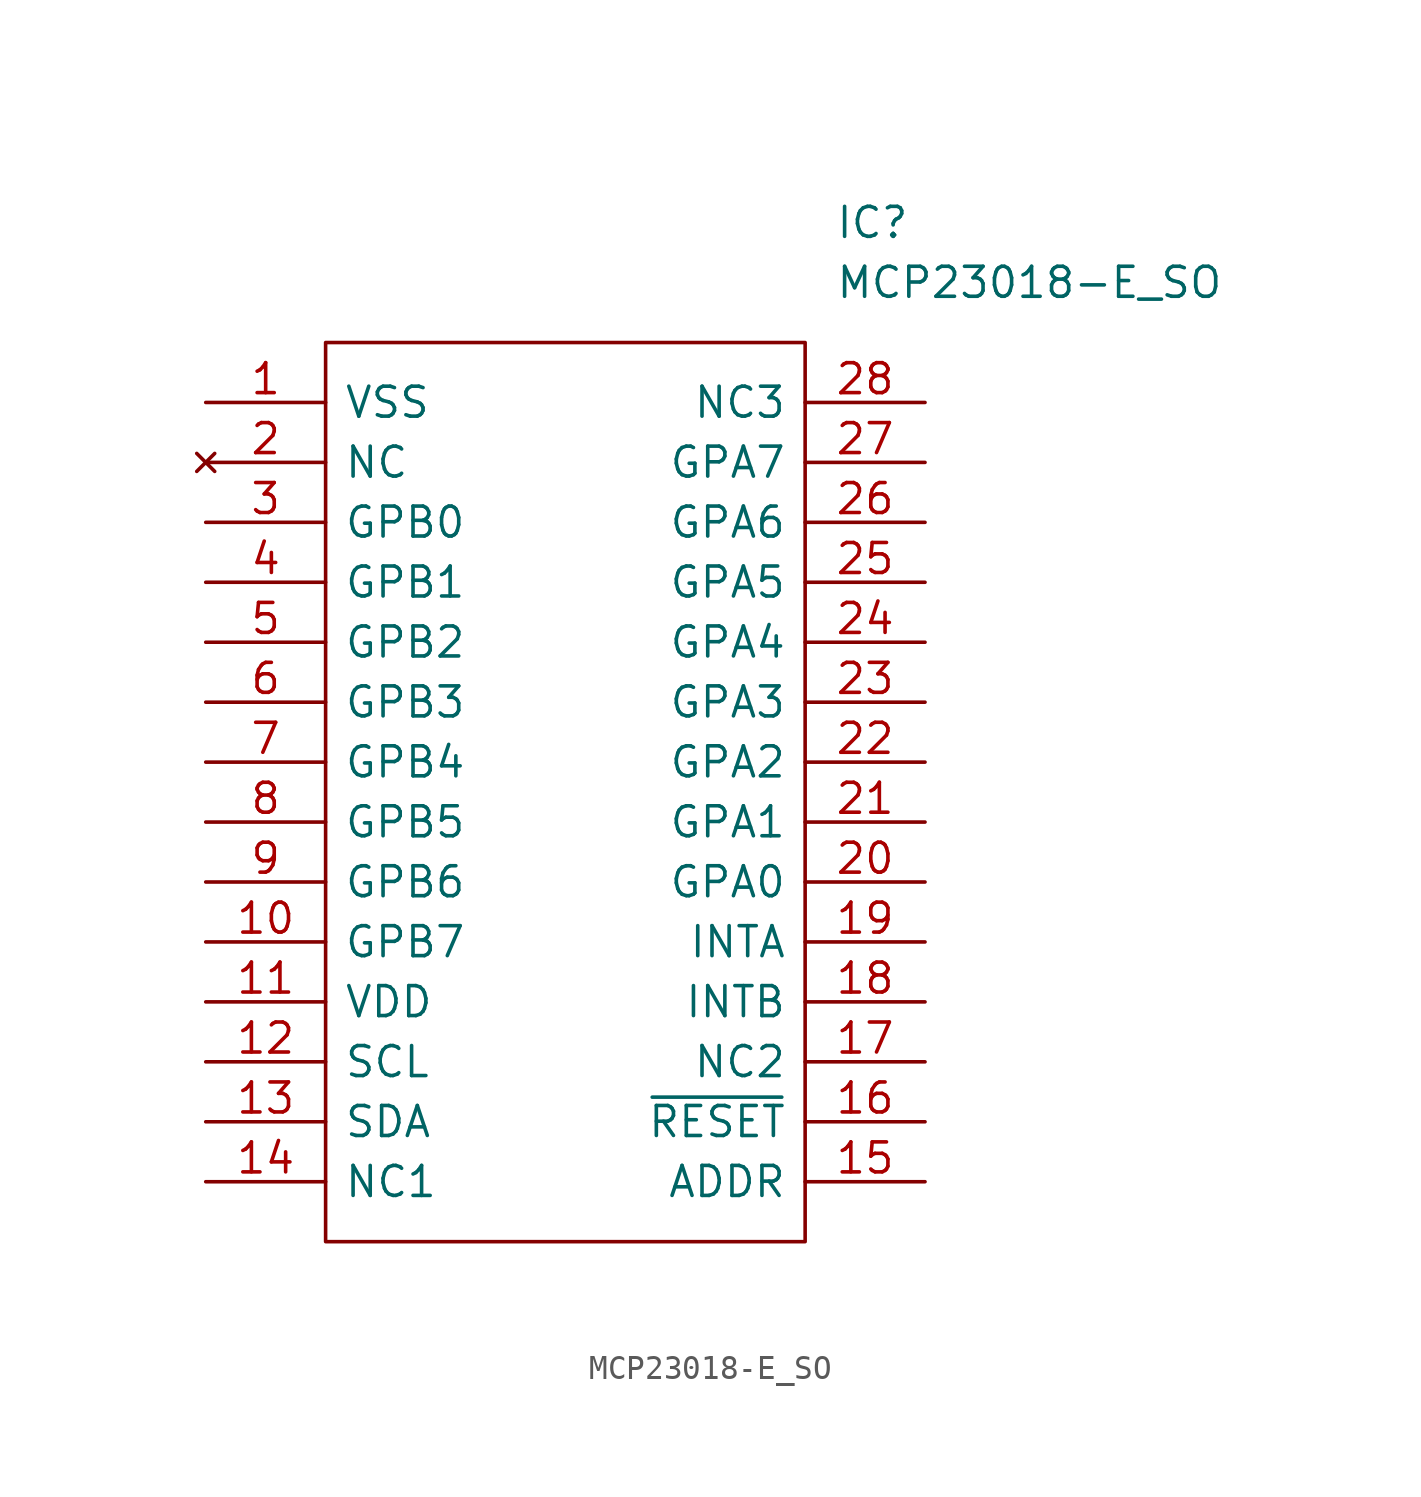
<source format=kicad_sym>
(kicad_symbol_lib
  (version 20211014)
  (generator kicad_symbol_editor)
  (symbol "MCP23018-E_SO"
    (pin_names
      (offset 0.762))
    (property "Reference" "IC"
      (at 26.67 7.62 0)
      (effects (font (size 1.27 1.27)) (justify left)))
    (property "Value" "MCP23018-E_SO"
      (at 26.67 5.08 0)
      (effects (font (size 1.27 1.27)) (justify left)))
    (symbol "MCP23018-E_SO_0_0"
      (pin passive line (at 0 0 0) (length 5.08) (name "VSS" (effects (font (size 1.27 1.27)))) (number "1" (effects (font (size 1.27 1.27)))))
      (pin passive line (at 0 -22.86 0) (length 5.08) (name "GPB7" (effects (font (size 1.27 1.27)))) (number "10" (effects (font (size 1.27 1.27)))))
      (pin passive line (at 0 -25.4 0) (length 5.08) (name "VDD" (effects (font (size 1.27 1.27)))) (number "11" (effects (font (size 1.27 1.27)))))
      (pin passive line (at 0 -27.94 0) (length 5.08) (name "SCL" (effects (font (size 1.27 1.27)))) (number "12" (effects (font (size 1.27 1.27)))))
      (pin passive line (at 0 -30.48 0) (length 5.08) (name "SDA" (effects (font (size 1.27 1.27)))) (number "13" (effects (font (size 1.27 1.27)))))
      (pin passive line (at 0 -33.02 0) (length 5.08) (name "NC1" (effects (font (size 1.27 1.27)))) (number "14" (effects (font (size 1.27 1.27)))))
      (pin passive line (at 30.48 -33.02 180) (length 5.08) (name "ADDR" (effects (font (size 1.27 1.27)))) (number "15" (effects (font (size 1.27 1.27)))))
      (pin passive line (at 30.48 -30.48 180) (length 5.08) (name "~{RESET}" (effects (font (size 1.27 1.27)))) (number "16" (effects (font (size 1.27 1.27)))))
      (pin passive line (at 30.48 -27.94 180) (length 5.08) (name "NC2" (effects (font (size 1.27 1.27)))) (number "17" (effects (font (size 1.27 1.27)))))
      (pin passive line (at 30.48 -25.4 180) (length 5.08) (name "INTB" (effects (font (size 1.27 1.27)))) (number "18" (effects (font (size 1.27 1.27)))))
      (pin passive line (at 30.48 -22.86 180) (length 5.08) (name "INTA" (effects (font (size 1.27 1.27)))) (number "19" (effects (font (size 1.27 1.27)))))
      (pin no_connect line (at 0 -2.54 0) (length 5.08) (name "NC" (effects (font (size 1.27 1.27)))) (number "2" (effects (font (size 1.27 1.27)))))
      (pin passive line (at 30.48 -20.32 180) (length 5.08) (name "GPA0" (effects (font (size 1.27 1.27)))) (number "20" (effects (font (size 1.27 1.27)))))
      (pin passive line (at 30.48 -17.78 180) (length 5.08) (name "GPA1" (effects (font (size 1.27 1.27)))) (number "21" (effects (font (size 1.27 1.27)))))
      (pin passive line (at 30.48 -15.24 180) (length 5.08) (name "GPA2" (effects (font (size 1.27 1.27)))) (number "22" (effects (font (size 1.27 1.27)))))
      (pin passive line (at 30.48 -12.7 180) (length 5.08) (name "GPA3" (effects (font (size 1.27 1.27)))) (number "23" (effects (font (size 1.27 1.27)))))
      (pin passive line (at 30.48 -10.16 180) (length 5.08) (name "GPA4" (effects (font (size 1.27 1.27)))) (number "24" (effects (font (size 1.27 1.27)))))
      (pin passive line (at 30.48 -7.62 180) (length 5.08) (name "GPA5" (effects (font (size 1.27 1.27)))) (number "25" (effects (font (size 1.27 1.27)))))
      (pin passive line (at 30.48 -5.08 180) (length 5.08) (name "GPA6" (effects (font (size 1.27 1.27)))) (number "26" (effects (font (size 1.27 1.27)))))
      (pin passive line (at 30.48 -2.54 180) (length 5.08) (name "GPA7" (effects (font (size 1.27 1.27)))) (number "27" (effects (font (size 1.27 1.27)))))
      (pin passive line (at 30.48 0 180) (length 5.08) (name "NC3" (effects (font (size 1.27 1.27)))) (number "28" (effects (font (size 1.27 1.27)))))
      (pin passive line (at 0 -5.08 0) (length 5.08) (name "GPB0" (effects (font (size 1.27 1.27)))) (number "3" (effects (font (size 1.27 1.27)))))
      (pin passive line (at 0 -7.62 0) (length 5.08) (name "GPB1" (effects (font (size 1.27 1.27)))) (number "4" (effects (font (size 1.27 1.27)))))
      (pin passive line (at 0 -10.16 0) (length 5.08) (name "GPB2" (effects (font (size 1.27 1.27)))) (number "5" (effects (font (size 1.27 1.27)))))
      (pin passive line (at 0 -12.7 0) (length 5.08) (name "GPB3" (effects (font (size 1.27 1.27)))) (number "6" (effects (font (size 1.27 1.27)))))
      (pin passive line (at 0 -15.24 0) (length 5.08) (name "GPB4" (effects (font (size 1.27 1.27)))) (number "7" (effects (font (size 1.27 1.27)))))
      (pin passive line (at 0 -17.78 0) (length 5.08) (name "GPB5" (effects (font (size 1.27 1.27)))) (number "8" (effects (font (size 1.27 1.27)))))
      (pin passive line (at 0 -20.32 0) (length 5.08) (name "GPB6" (effects (font (size 1.27 1.27)))) (number "9" (effects (font (size 1.27 1.27))))))
    (symbol "MCP23018-E_SO_0_1"
      (polyline (pts (xy 5.08 2.54) (xy 25.4 2.54) (xy 25.4 -35.56) (xy 5.08 -35.56) (xy 5.08 2.54)) (stroke (width 0.152) (type default) (color 0 0 0 0)) (fill (type none))))))
</source>
